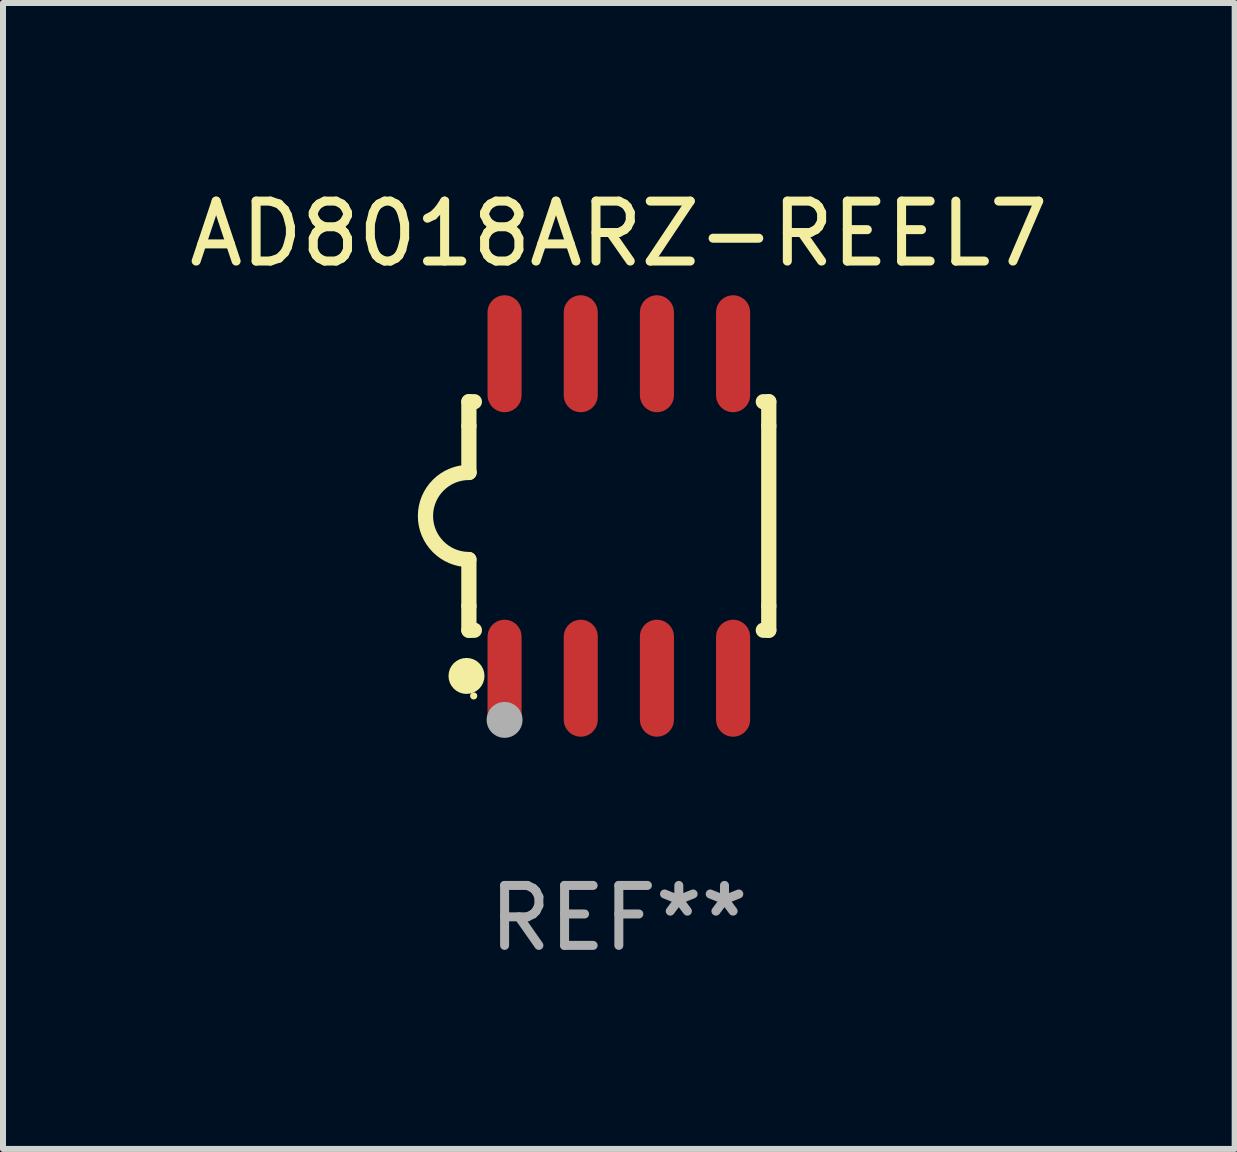
<source format=kicad_pcb>
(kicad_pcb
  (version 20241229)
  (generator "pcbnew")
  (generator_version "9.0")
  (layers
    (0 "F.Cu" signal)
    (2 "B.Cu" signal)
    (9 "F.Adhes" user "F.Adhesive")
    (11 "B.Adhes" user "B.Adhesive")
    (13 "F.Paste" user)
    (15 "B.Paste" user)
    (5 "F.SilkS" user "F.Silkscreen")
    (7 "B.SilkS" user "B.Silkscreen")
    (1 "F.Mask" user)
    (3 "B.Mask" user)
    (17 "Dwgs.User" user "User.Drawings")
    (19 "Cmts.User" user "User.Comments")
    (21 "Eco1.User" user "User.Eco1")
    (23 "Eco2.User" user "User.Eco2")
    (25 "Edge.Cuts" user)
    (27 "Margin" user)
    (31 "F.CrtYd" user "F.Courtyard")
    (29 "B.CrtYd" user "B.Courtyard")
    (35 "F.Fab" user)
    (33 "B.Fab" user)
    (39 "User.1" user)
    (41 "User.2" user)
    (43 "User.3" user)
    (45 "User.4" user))
  (footprint "AD8018ARZ-REEL7"
    (layer "F.Cu")
    (at 7.268 5.553)
    (property "Reference" "AD8018ARZ-REEL7" (at 0 -4.705 0) (layer "F.SilkS") (effects (font (size 1 1) (thickness 0.15))))
    (attr through_hole)
    (fp_line (start -2.5 -1.905) (end -2.409 -1.905) (stroke (width 0.254) (type solid)) (layer "F.SilkS"))
    (fp_line (start -2.5 -1.5) (end -2.5 -1.905) (stroke (width 0.254) (type solid)) (layer "F.SilkS"))
    (fp_line (start -2.5 -1.5) (end -2.5 -0.726) (stroke (width 0.254) (type solid)) (layer "F.SilkS"))
    (fp_line (start -2.5 1.5) (end -2.5 0.727) (stroke (width 0.254) (type solid)) (layer "F.SilkS"))
    (fp_line (start -2.5 1.5) (end -2.5 1.905) (stroke (width 0.254) (type solid)) (layer "F.SilkS"))
    (fp_line (start -2.5 1.905) (end -2.409 1.905) (stroke (width 0.254) (type solid)) (layer "F.SilkS"))
    (fp_line (start 2.5 -1.905) (end 2.409 -1.905) (stroke (width 0.254) (type solid)) (layer "F.SilkS"))
    (fp_line (start 2.5 -1.5) (end 2.5 -1.905) (stroke (width 0.254) (type solid)) (layer "F.SilkS"))
    (fp_line (start 2.5 -1.5) (end 2.5 1.5) (stroke (width 0.254) (type solid)) (layer "F.SilkS"))
    (fp_line (start 2.5 1.5) (end 2.5 1.905) (stroke (width 0.254) (type solid)) (layer "F.SilkS"))
    (fp_line (start 2.5 1.905) (end 2.409 1.905) (stroke (width 0.254) (type solid)) (layer "F.SilkS"))
    (fp_arc (start -2.5 0.726568) (mid -3.220316 -0.0023) (end -2.495097 -0.726289) (stroke (width 0.254001) (type solid)) (layer "F.SilkS"))
    (fp_circle (center -2.54 2.667) (end -2.39 2.667) (stroke (width 0.3) (type solid)) (fill no) (layer "F.SilkS"))
    (fp_circle (center -2.42 3) (end -2.39 3) (stroke (width 0.06) (type solid)) (fill no) (layer "F.SilkS"))
    (fp_circle (center -1.905 3.4) (end -1.755 3.4) (stroke (width 0.3) (type solid)) (fill no) (layer "F.Fab"))
    (fp_text user "REF**" (at 0 6.705 0) (layer "F.Fab") (effects (font (size 1 1) (thickness 0.15))))
    (pad "1" smd oval (at -1.905 2.705) (size 0.568 1.95) (layers "F.Cu" "F.Mask" "F.Paste"))
    (pad "2" smd oval (at -0.635 2.705) (size 0.568 1.95) (layers "F.Cu" "F.Mask" "F.Paste"))
    (pad "3" smd oval (at 0.635 2.705) (size 0.568 1.95) (layers "F.Cu" "F.Mask" "F.Paste"))
    (pad "4" smd oval (at 1.905 2.705) (size 0.568 1.95) (layers "F.Cu" "F.Mask" "F.Paste"))
    (pad "5" smd oval (at 1.905 -2.705) (size 0.568 1.95) (layers "F.Cu" "F.Mask" "F.Paste"))
    (pad "6" smd oval (at 0.635 -2.705) (size 0.568 1.95) (layers "F.Cu" "F.Mask" "F.Paste"))
    (pad "7" smd oval (at -0.635 -2.705) (size 0.568 1.95) (layers "F.Cu" "F.Mask" "F.Paste"))
    (pad "8" smd oval (at -1.905 -2.705) (size 0.568 1.95) (layers "F.Cu" "F.Mask" "F.Paste")))
  (gr_rect
    (start -3 -3)
    (end 17.536 16.107)
    (stroke (width 0.1) (type default))
    (fill no)
    (layer "Edge.Cuts")))
</source>
